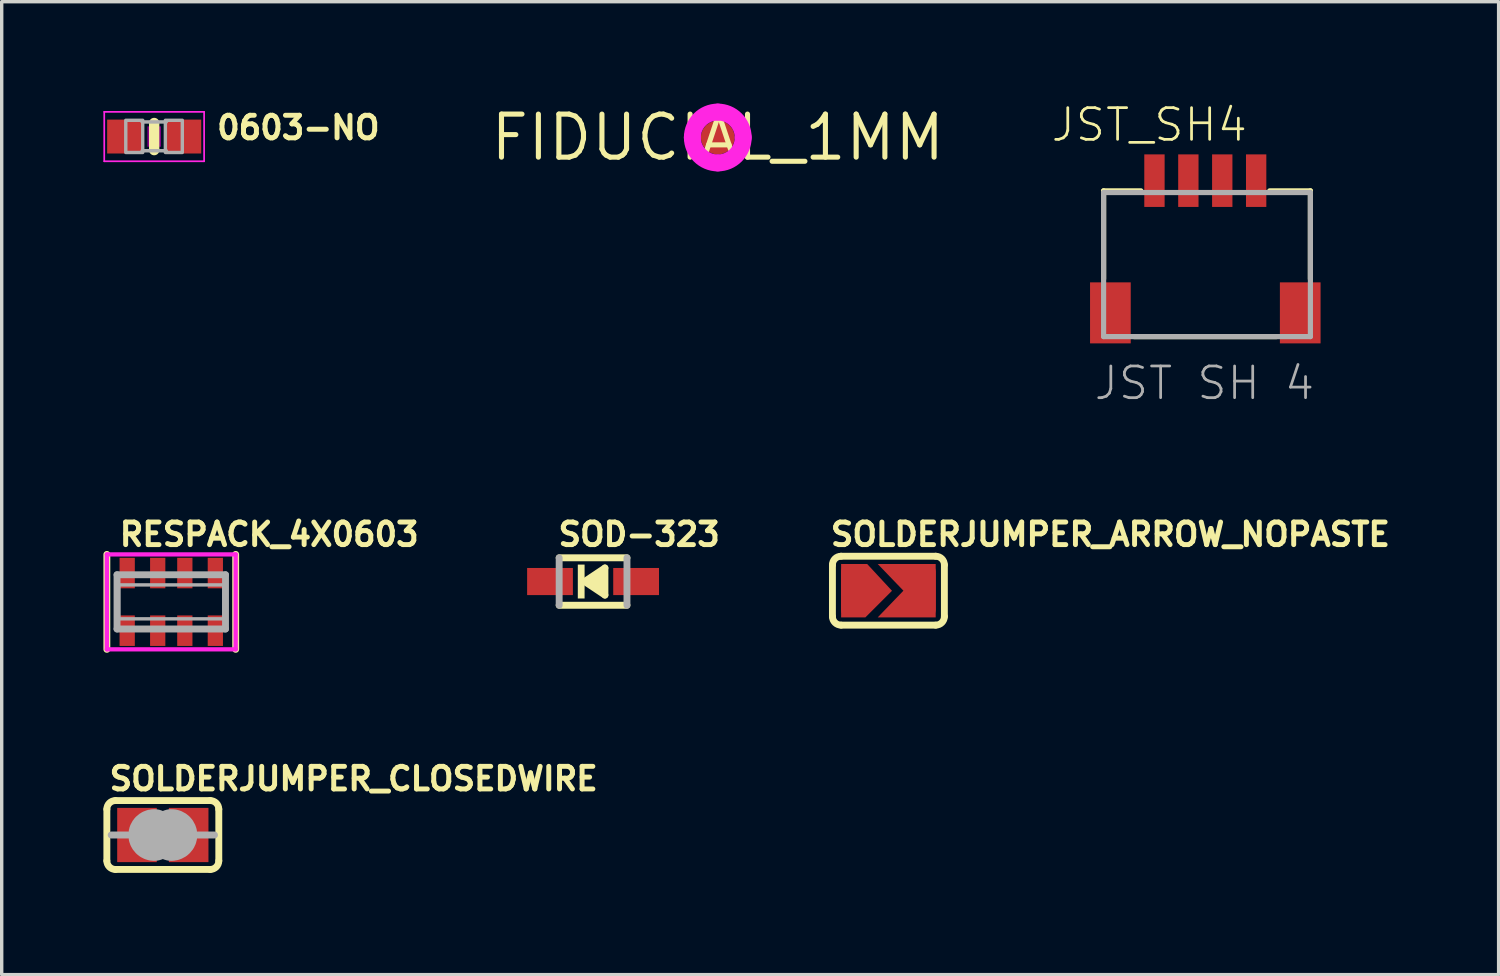
<source format=kicad_pcb>
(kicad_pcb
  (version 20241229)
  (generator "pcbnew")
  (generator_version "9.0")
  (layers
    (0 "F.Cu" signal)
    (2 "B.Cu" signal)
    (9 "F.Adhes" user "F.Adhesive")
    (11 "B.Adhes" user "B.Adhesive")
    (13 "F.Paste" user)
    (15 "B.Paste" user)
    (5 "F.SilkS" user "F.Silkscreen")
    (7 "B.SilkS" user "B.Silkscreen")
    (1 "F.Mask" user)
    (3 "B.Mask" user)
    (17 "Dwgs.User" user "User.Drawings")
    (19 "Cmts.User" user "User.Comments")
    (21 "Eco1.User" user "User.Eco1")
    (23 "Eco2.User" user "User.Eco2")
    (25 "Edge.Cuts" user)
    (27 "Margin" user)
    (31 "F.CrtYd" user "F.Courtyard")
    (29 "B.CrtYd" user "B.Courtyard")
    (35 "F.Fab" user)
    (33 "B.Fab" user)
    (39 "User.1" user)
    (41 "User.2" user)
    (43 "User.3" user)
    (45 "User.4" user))
  (footprint "SOLDERJUMPER_ARROW_NOPASTE"
    (layer "F.Cu")
    (at 23.156 14.374)
    (property "Reference" "SOLDERJUMPER_ARROW_NOPASTE" (at -1.778 -1.27 0) (layer "F.SilkS") (effects (font (size 0.666 0.666) (thickness 0.146)) (justify left bottom)))
    (fp_poly (pts (xy 0.106 0.003) (xy -0.679 0.788) (xy -1.395 0.788) (xy -1.395 -0.788) (xy -0.627 -0.788)) (stroke (width 0) (type solid)) (fill yes) (layer "F.Cu"))
    (fp_poly (pts (xy 1.395 0.788) (xy -0.316 0.788) (xy 0.443 0) (xy -0.316 -0.788) (xy 1.395 -0.788)) (stroke (width 0) (type solid)) (fill yes) (layer "F.Cu"))
    (fp_poly (pts (xy -1.46 0.826) (xy 1.46 0.826) (xy 1.46 -0.826) (xy -1.46 -0.826)) (stroke (width 0) (type solid)) (fill yes) (layer "F.Mask"))
    (fp_line (start -1.651 0.762) (end -1.651 -0.762) (stroke (width 0.203) (type solid)) (layer "F.SilkS"))
    (fp_line (start -1.397 -1.016) (end 1.397 -1.016) (stroke (width 0.203) (type solid)) (layer "F.SilkS"))
    (fp_line (start 1.397 1.016) (end -1.397 1.016) (stroke (width 0.203) (type solid)) (layer "F.SilkS"))
    (fp_line (start 1.651 0.762) (end 1.651 -0.762) (stroke (width 0.203) (type solid)) (layer "F.SilkS"))
    (fp_arc (start -1.651 -0.762) (mid -1.576605 -0.941605) (end -1.397 -1.016) (stroke (width 0.2032) (type solid)) (layer "F.SilkS"))
    (fp_arc (start -1.397 1.016) (mid -1.576605 0.941605) (end -1.651 0.762) (stroke (width 0.2032) (type solid)) (layer "F.SilkS"))
    (fp_arc (start 1.397 -1.016) (mid 1.576605 -0.941605) (end 1.651 -0.762) (stroke (width 0.2032) (type solid)) (layer "F.SilkS"))
    (fp_arc (start 1.651 0.762) (mid 1.576605 0.941605) (end 1.397 1.016) (stroke (width 0.2032) (type solid)) (layer "F.SilkS"))
    (pad "1" smd roundrect (at -1.016 0) (size 0.762 1.524) (layers "F.Cu") (roundrect_rratio 0.25))
    (pad "2" smd roundrect (at 1.016 0) (size 0.762 1.524) (layers "F.Cu") (roundrect_rratio 0.25)))
  (footprint "RESPACK_4X0603"
    (layer "F.Cu")
    (at 2.002 14.704)
    (property "Reference" "RESPACK_4X0603" (at -1.6 -1.6 0) (layer "F.SilkS") (effects (font (size 0.666 0.666) (thickness 0.146)) (justify left bottom)))
    (fp_line (start -1.9 1.4) (end -1.9 -1.4) (stroke (width 0.203) (type solid)) (layer "F.SilkS"))
    (fp_line (start 1.9 -1.4) (end 1.9 1.4) (stroke (width 0.203) (type solid)) (layer "F.SilkS"))
    (fp_line (start -1.9 -1.4) (end 1.9 -1.4) (stroke (width 0.127) (type solid)) (layer "F.CrtYd"))
    (fp_line (start -1.9 1.4) (end -1.9 -1.4) (stroke (width 0.127) (type solid)) (layer "F.CrtYd"))
    (fp_line (start -1.9 1.4) (end 1.9 1.4) (stroke (width 0.127) (type solid)) (layer "F.CrtYd"))
    (fp_line (start 1.9 -1.4) (end 1.9 1.4) (stroke (width 0.127) (type solid)) (layer "F.CrtYd"))
    (fp_line (start -1.6 -0.8) (end 1.6 -0.8) (stroke (width 0.203) (type solid)) (layer "F.Fab"))
    (fp_line (start -1.6 0.8) (end -1.6 -0.8) (stroke (width 0.203) (type solid)) (layer "F.Fab"))
    (fp_line (start 1.6 -0.8) (end 1.6 0.8) (stroke (width 0.203) (type solid)) (layer "F.Fab"))
    (fp_line (start 1.6 0.8) (end -1.6 0.8) (stroke (width 0.203) (type solid)) (layer "F.Fab"))
    (fp_poly (pts (xy -1.55 0.5) (xy 1.55 0.5) (xy 1.55 -0.5) (xy -1.55 -0.5)) (stroke (width 0.1) (type solid)) (fill no) (layer "F.Fab"))
    (pad "1" smd rect (at -1.3 0.85) (size 0.45 0.9) (layers "F.Cu" "F.Mask" "F.Paste"))
    (pad "2" smd rect (at -0.4 0.85) (size 0.45 0.9) (layers "F.Cu" "F.Mask" "F.Paste"))
    (pad "3" smd rect (at 0.4 0.85) (size 0.45 0.9) (layers "F.Cu" "F.Mask" "F.Paste"))
    (pad "4" smd rect (at 1.3 0.85) (size 0.45 0.9) (layers "F.Cu" "F.Mask" "F.Paste"))
    (pad "5" smd rect (at 1.3 -0.85) (size 0.45 0.9) (layers "F.Cu" "F.Mask" "F.Paste"))
    (pad "6" smd rect (at 0.4 -0.85) (size 0.45 0.9) (layers "F.Cu" "F.Mask" "F.Paste"))
    (pad "7" smd rect (at -0.4 -0.85) (size 0.45 0.9) (layers "F.Cu" "F.Mask" "F.Paste"))
    (pad "8" smd rect (at -1.3 -0.85) (size 0.45 0.9) (layers "F.Cu" "F.Mask" "F.Paste")))
  (footprint "0603-NO"
    (layer "F.Cu")
    (at 1.498 0.978)
    (property "Reference" "0603-NO" (at 1.778 0.127 0) (layer "F.SilkS") (effects (font (size 0.666 0.666) (thickness 0.146)) (justify left bottom)))
    (fp_line (start 0 -0.4) (end 0 0.4) (stroke (width 0.305) (type solid)) (layer "F.SilkS"))
    (fp_poly (pts (xy -0.2 0.3) (xy 0.2 0.3) (xy 0.2 -0.3) (xy -0.2 -0.3)) (stroke (width 0) (type solid)) (fill yes) (layer "F.Adhes"))
    (fp_line (start -1.473 -0.729) (end 1.473 -0.729) (stroke (width 0.051) (type solid)) (layer "F.CrtYd"))
    (fp_line (start -1.473 0.729) (end -1.473 -0.729) (stroke (width 0.051) (type solid)) (layer "F.CrtYd"))
    (fp_line (start 1.473 -0.729) (end 1.473 0.729) (stroke (width 0.051) (type solid)) (layer "F.CrtYd"))
    (fp_line (start 1.473 0.729) (end -1.473 0.729) (stroke (width 0.051) (type solid)) (layer "F.CrtYd"))
    (fp_line (start -0.356 -0.432) (end 0.356 -0.432) (stroke (width 0.102) (type solid)) (layer "F.Fab"))
    (fp_line (start -0.356 0.419) (end 0.356 0.419) (stroke (width 0.102) (type solid)) (layer "F.Fab"))
    (fp_poly (pts (xy -0.838 0.47) (xy -0.338 0.47) (xy -0.338 -0.48) (xy -0.838 -0.48)) (stroke (width 0.1) (type solid)) (fill no) (layer "F.Fab"))
    (fp_poly (pts (xy 0.33 0.47) (xy 0.83 0.47) (xy 0.83 -0.48) (xy 0.33 -0.48)) (stroke (width 0.1) (type solid)) (fill no) (layer "F.Fab"))
    (pad "1" smd rect (at -0.85 0) (size 1.075 1) (layers "F.Cu" "F.Mask" "F.Paste"))
    (pad "2" smd rect (at 0.85 0) (size 1.075 1) (layers "F.Cu" "F.Mask" "F.Paste")))
  (footprint "SOD-323"
    (layer "F.Cu")
    (at 14.444 14.104)
    (property "Reference" "SOD-323" (at -1.1 -1 0) (layer "F.SilkS") (effects (font (size 0.666 0.666) (thickness 0.146)) (justify left bottom)))
    (fp_line (start -1 -0.7) (end 1 -0.7) (stroke (width 0.203) (type solid)) (layer "F.SilkS"))
    (fp_line (start -0.25 0) (end 0.35 -0.4) (stroke (width 0.203) (type solid)) (layer "F.SilkS"))
    (fp_line (start 0.35 -0.4) (end 0.35 0.4) (stroke (width 0.203) (type solid)) (layer "F.SilkS"))
    (fp_line (start 0.35 0.4) (end -0.25 0) (stroke (width 0.203) (type solid)) (layer "F.SilkS"))
    (fp_line (start 1 0.7) (end -1 0.7) (stroke (width 0.203) (type solid)) (layer "F.SilkS"))
    (fp_poly (pts (xy 0.302 0.39) (xy -0.283 0) (xy 0.302 -0.39)) (stroke (width 0) (type solid)) (fill yes) (layer "F.SilkS"))
    (fp_poly (pts (xy -0.45 0.5) (xy -0.25 0.5) (xy -0.25 -0.5) (xy -0.45 -0.5)) (stroke (width 0) (type solid)) (fill yes) (layer "F.SilkS"))
    (fp_line (start -1 0.7) (end -1 -0.7) (stroke (width 0.203) (type solid)) (layer "F.Fab"))
    (fp_line (start 1 -0.7) (end 1 0.7) (stroke (width 0.203) (type solid)) (layer "F.Fab"))
    (pad "A" smd rect (at 1.27 0) (size 1.35 0.8) (layers "F.Cu" "F.Mask" "F.Paste"))
    (pad "C" smd rect (at -1.27 0) (size 1.35 0.8) (layers "F.Cu" "F.Mask" "F.Paste")))
  (footprint "SOLDERJUMPER_CLOSEDWIRE"
    (layer "F.Cu")
    (at 1.753 21.581)
    (property "Reference" "SOLDERJUMPER_CLOSEDWIRE" (at -1.651 -1.27 0) (layer "F.SilkS") (effects (font (size 0.666 0.666) (thickness 0.146)) (justify left bottom)))
    (fp_poly (pts (xy 1.397 0.889) (xy -1.397 0.889) (xy -1.397 -0.889) (xy 1.397 -0.889)) (stroke (width 0) (type solid)) (fill yes) (layer "F.Mask"))
    (fp_line (start -1.651 0.762) (end -1.651 -0.762) (stroke (width 0.203) (type solid)) (layer "F.SilkS"))
    (fp_line (start -1.397 -1.016) (end 1.397 -1.016) (stroke (width 0.203) (type solid)) (layer "F.SilkS"))
    (fp_line (start 1.397 1.016) (end -1.397 1.016) (stroke (width 0.203) (type solid)) (layer "F.SilkS"))
    (fp_line (start 1.651 0.762) (end 1.651 -0.762) (stroke (width 0.203) (type solid)) (layer "F.SilkS"))
    (fp_arc (start -1.651 -0.762) (mid -1.576605 -0.941605) (end -1.397 -1.016) (stroke (width 0.2032) (type solid)) (layer "F.SilkS"))
    (fp_arc (start -1.397 1.016) (mid -1.576605 0.941605) (end -1.651 0.762) (stroke (width 0.2032) (type solid)) (layer "F.SilkS"))
    (fp_arc (start 1.397 -1.016) (mid 1.576605 -0.941605) (end 1.651 -0.762) (stroke (width 0.2032) (type solid)) (layer "F.SilkS"))
    (fp_arc (start 1.651 0.762) (mid 1.576605 0.941605) (end 1.397 1.016) (stroke (width 0.2032) (type solid)) (layer "F.SilkS"))
    (fp_line (start -1.016 0) (end -1.524 0) (stroke (width 0.203) (type solid)) (layer "F.Fab"))
    (fp_line (start 1.016 0) (end 1.524 0) (stroke (width 0.203) (type solid)) (layer "F.Fab"))
    (fp_arc (start -0.254 0.127) (mid -0.381 0) (end -0.254 -0.127) (stroke (width 1.27) (type solid)) (layer "F.Fab"))
    (fp_arc (start 0.254 -0.127) (mid 0.381 0) (end 0.254 0.127) (stroke (width 1.27) (type solid)) (layer "F.Fab"))
    (pad "1" smd rect (at -0.762 0) (size 1.168 1.6) (layers "F.Cu"))
    (pad "2" smd rect (at 0.762 0) (size 1.168 1.6) (layers "F.Cu"))
    (pad "WIRE" smd rect (at 0 0 180) (size 0.635 0.203) (layers "F.Cu")))
  (footprint "JST_SH4"
    (layer "F.Cu")
    (at 32.504 4.793)
    (property "Reference" "JST_SH4" (at -4.6 -3.614 0) (layer "F.SilkS") (effects (font (size 0.935 0.935) (thickness 0.081)) (justify left bottom)))
    (fp_line (start -3 -2.214) (end -1.9 -2.214) (stroke (width 0.152) (type solid)) (layer "F.SilkS"))
    (fp_line (start -3 0.386) (end -3 -2.214) (stroke (width 0.152) (type solid)) (layer "F.SilkS"))
    (fp_line (start -2.1 2.086) (end 2.1 2.086) (stroke (width 0.152) (type solid)) (layer "F.SilkS"))
    (fp_line (start 1.9 -2.214) (end 3.1 -2.214) (stroke (width 0.152) (type solid)) (layer "F.SilkS"))
    (fp_line (start 3.1 -2.214) (end 3.1 0.386) (stroke (width 0.152) (type solid)) (layer "F.SilkS"))
    (fp_line (start -3 -2.164) (end 3.1 -2.164) (stroke (width 0.152) (type solid)) (layer "F.Fab"))
    (fp_line (start -3 2.086) (end -3 -2.164) (stroke (width 0.152) (type solid)) (layer "F.Fab"))
    (fp_line (start 3.1 -2.164) (end 3.1 2.086) (stroke (width 0.152) (type solid)) (layer "F.Fab"))
    (fp_line (start 3.1 2.086) (end -3 2.086) (stroke (width 0.152) (type solid)) (layer "F.Fab"))
    (fp_text user "JST SH 4" (at -3.33 4.006 0) (layer "F.Fab") (effects (font (size 0.935 0.935) (thickness 0.081)) (justify left bottom)))
    (pad "1" smd rect (at -1.5 -2.514 90) (size 1.55 0.6) (layers "F.Cu" "F.Mask" "F.Paste"))
    (pad "2" smd rect (at -0.5 -2.514 90) (size 1.55 0.6) (layers "F.Cu" "F.Mask" "F.Paste"))
    (pad "3" smd rect (at 0.5 -2.514 90) (size 1.55 0.6) (layers "F.Cu" "F.Mask" "F.Paste"))
    (pad "4" smd rect (at 1.5 -2.514 90) (size 1.55 0.6) (layers "F.Cu" "F.Mask" "F.Paste"))
    (pad "MT1" smd rect (at -2.8 1.386 90) (size 1.8 1.2) (layers "F.Cu" "F.Mask" "F.Paste"))
    (pad "MT2" smd rect (at 2.8 1.386 90) (size 1.8 1.2) (layers "F.Cu" "F.Mask" "F.Paste")))
  (footprint "FIDUCIAL_1MM"
    (layer "F.Cu")
    (at 18.123 1.006)
    (property "Reference" "FIDUCIAL_1MM" (at 0 0 0) (layer "F.SilkS") (effects (font (size 1.27 1.27) (thickness 0.15))))
    (fp_arc (start -0.75 0) (mid -0.53033 -0.53033) (end 0 -0.75) (stroke (width 0.5) (type solid)) (layer "F.Mask"))
    (fp_arc (start 0 -0.75) (mid 0.53033 -0.53033) (end 0.75 0) (stroke (width 0.5) (type solid)) (layer "F.Mask"))
    (fp_arc (start 0 0.75) (mid -0.53033 0.53033) (end -0.75 0) (stroke (width 0.5) (type solid)) (layer "F.Mask"))
    (fp_arc (start 0.75 0) (mid 0.53033 0.53033) (end 0 0.75) (stroke (width 0.5) (type solid)) (layer "F.Mask"))
    (fp_arc (start -0.75 0) (mid -0.53033 -0.53033) (end 0 -0.75) (stroke (width 0.5) (type solid)) (layer "F.CrtYd"))
    (fp_arc (start 0 -0.75) (mid 0.53033 -0.53033) (end 0.75 0) (stroke (width 0.5) (type solid)) (layer "F.CrtYd"))
    (fp_arc (start 0 0.75) (mid -0.53033 0.53033) (end -0.75 0) (stroke (width 0.5) (type solid)) (layer "F.CrtYd"))
    (fp_arc (start 0.75 0) (mid 0.53033 0.53033) (end 0 0.75) (stroke (width 0.5) (type solid)) (layer "F.CrtYd"))
    (pad "1" smd roundrect (at 0 0) (size 1 1) (layers "F.Cu" "F.Mask") (roundrect_rratio 0.5)))
  (gr_rect
    (start -3 -3)
    (end 41.156 25.699)
    (stroke (width 0.1) (type default))
    (fill no)
    (layer "Edge.Cuts")))
</source>
